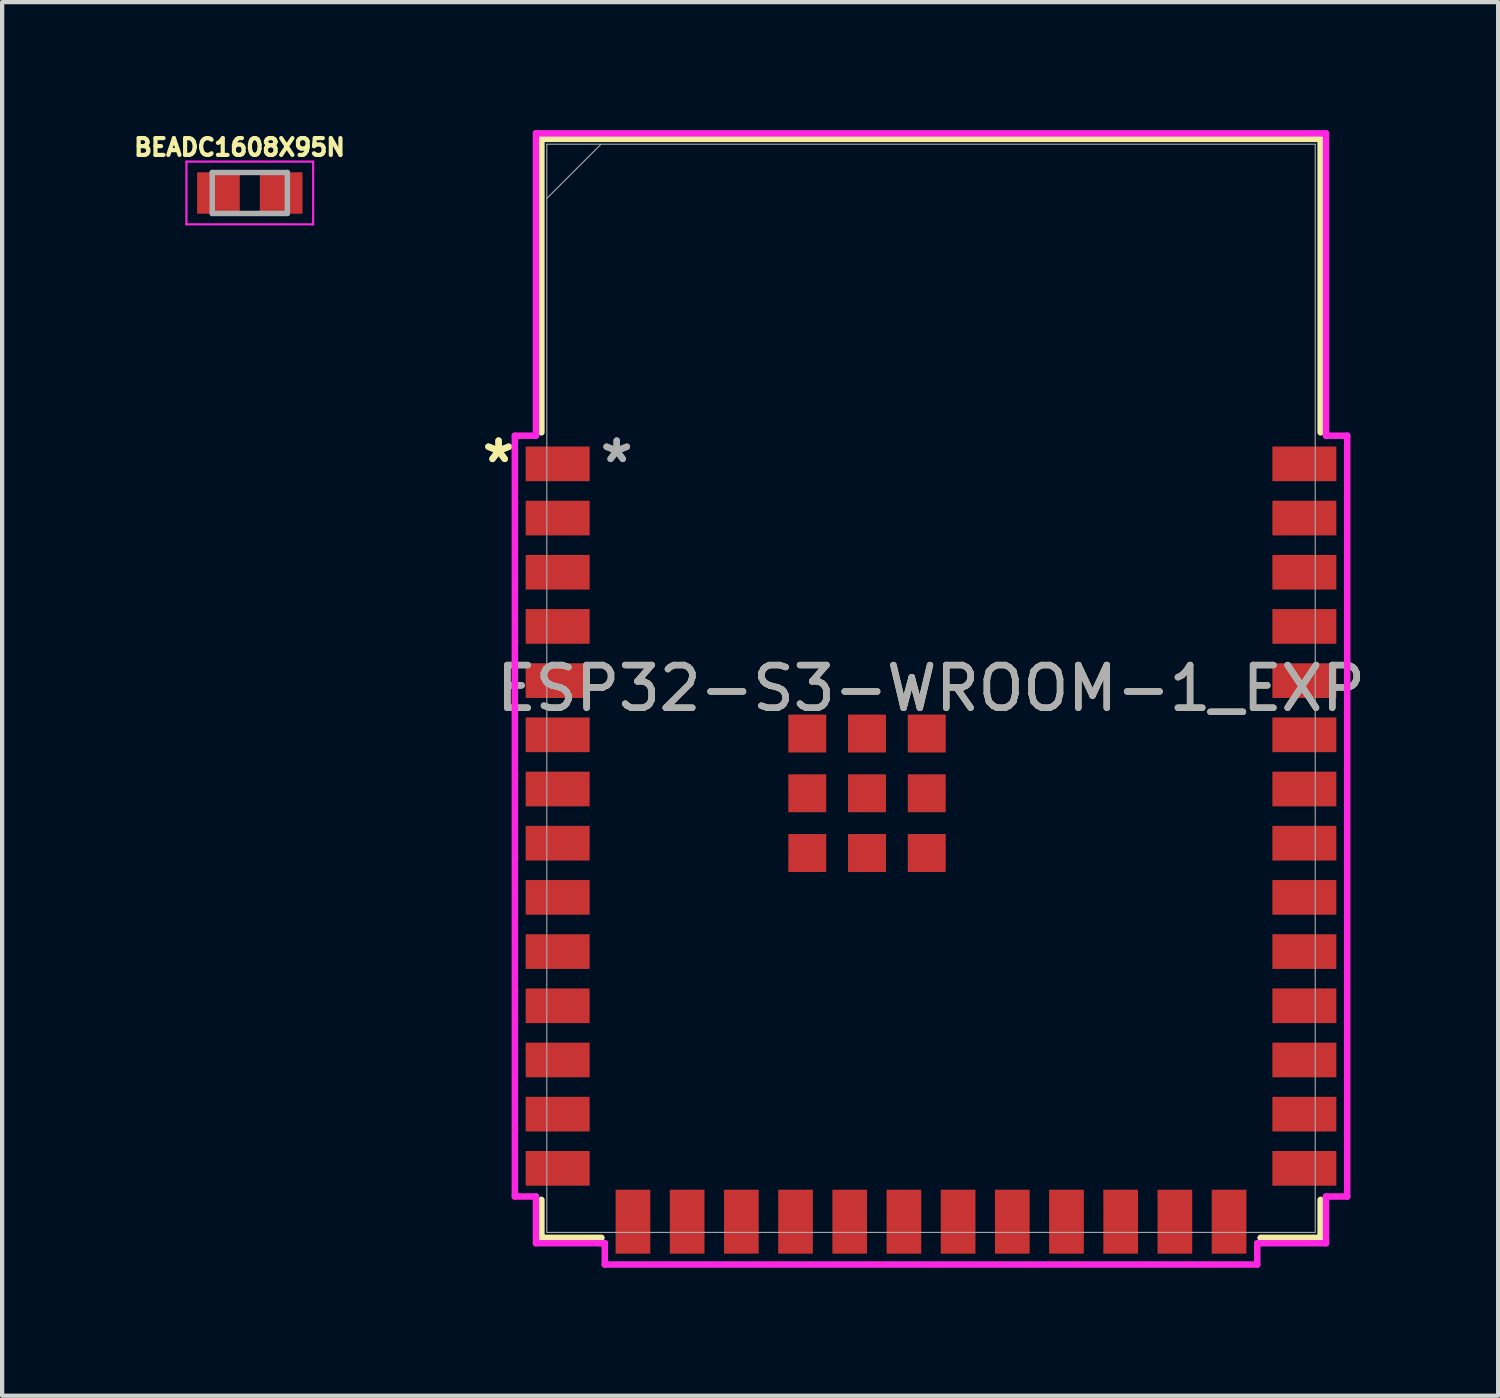
<source format=kicad_pcb>
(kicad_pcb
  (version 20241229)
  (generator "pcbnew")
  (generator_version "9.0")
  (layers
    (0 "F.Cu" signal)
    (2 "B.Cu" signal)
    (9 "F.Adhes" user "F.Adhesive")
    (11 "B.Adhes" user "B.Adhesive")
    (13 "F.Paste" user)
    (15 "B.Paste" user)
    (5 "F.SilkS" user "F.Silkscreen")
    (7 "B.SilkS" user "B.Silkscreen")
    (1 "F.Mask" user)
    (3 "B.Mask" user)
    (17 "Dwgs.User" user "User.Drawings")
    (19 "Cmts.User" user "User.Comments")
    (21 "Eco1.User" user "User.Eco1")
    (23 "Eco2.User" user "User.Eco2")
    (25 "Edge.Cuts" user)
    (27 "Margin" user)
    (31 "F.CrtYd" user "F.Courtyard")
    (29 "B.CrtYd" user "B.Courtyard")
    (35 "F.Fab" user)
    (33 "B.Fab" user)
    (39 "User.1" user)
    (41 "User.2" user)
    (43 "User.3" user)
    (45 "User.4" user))
  (footprint "BEADC1608X95N"
    (layer "F.Cu")
    (at 2.804 1.473)
    (property "Reference" "BEADC1608X95N" (at -0.24 -1.07 0) (layer "F.SilkS") (effects (font (size 0.394 0.394) (thickness 0.098))))
    (attr smd)
    (fp_line (start -1.485 -0.735) (end 1.485 -0.735) (stroke (width 0.05) (type solid)) (layer "F.CrtYd"))
    (fp_line (start -1.485 0.735) (end -1.485 -0.735) (stroke (width 0.05) (type solid)) (layer "F.CrtYd"))
    (fp_line (start -1.485 0.735) (end 1.485 0.735) (stroke (width 0.05) (type solid)) (layer "F.CrtYd"))
    (fp_line (start 1.485 0.735) (end 1.485 -0.735) (stroke (width 0.05) (type solid)) (layer "F.CrtYd"))
    (fp_line (start -0.88 0.48) (end -0.88 -0.48) (stroke (width 0.127) (type solid)) (layer "F.Fab"))
    (fp_line (start 0.88 -0.48) (end -0.88 -0.48) (stroke (width 0.127) (type solid)) (layer "F.Fab"))
    (fp_line (start 0.88 0.48) (end -0.88 0.48) (stroke (width 0.127) (type solid)) (layer "F.Fab"))
    (fp_line (start 0.88 0.48) (end 0.88 -0.48) (stroke (width 0.127) (type solid)) (layer "F.Fab"))
    (pad "1" smd rect (at -0.735 0) (size 1 0.97) (layers "F.Cu" "F.Mask" "F.Paste"))
    (pad "2" smd rect (at 0.735 0) (size 1 0.97) (layers "F.Cu" "F.Mask" "F.Paste")))
  (footprint "ESP32-S3-WROOM-1_EXP"
    (layer "F.Cu")
    (at 18.769 13.081)
    (property "Reference" "ESP32-S3-WROOM-1_EXP" (at 0 0 0) (unlocked yes) (layer "F.SilkS") (effects (font (size 1 1) (thickness 0.15))))
    (attr smd)
    (fp_line (start -9.131 -12.878) (end -9.131 -5.999) (stroke (width 0.152) (type solid)) (layer "F.SilkS"))
    (fp_line (start -9.131 11.989) (end -9.131 12.878) (stroke (width 0.152) (type solid)) (layer "F.SilkS"))
    (fp_line (start -9.131 12.878) (end -7.724 12.878) (stroke (width 0.152) (type solid)) (layer "F.SilkS"))
    (fp_line (start 7.724 12.878) (end 9.131 12.878) (stroke (width 0.152) (type solid)) (layer "F.SilkS"))
    (fp_line (start 9.131 -12.878) (end -9.131 -12.878) (stroke (width 0.152) (type solid)) (layer "F.SilkS"))
    (fp_line (start 9.131 -5.999) (end 9.131 -12.878) (stroke (width 0.152) (type solid)) (layer "F.SilkS"))
    (fp_line (start 9.131 12.878) (end 9.131 11.989) (stroke (width 0.152) (type solid)) (layer "F.SilkS"))
    (fp_line (start -9.753 -5.92) (end -9.753 11.91) (stroke (width 0.152) (type solid)) (layer "F.CrtYd"))
    (fp_line (start -9.753 11.91) (end -9.258 11.91) (stroke (width 0.152) (type solid)) (layer "F.CrtYd"))
    (fp_line (start -9.258 -13.005) (end -9.258 -5.92) (stroke (width 0.152) (type solid)) (layer "F.CrtYd"))
    (fp_line (start -9.258 -5.92) (end -9.753 -5.92) (stroke (width 0.152) (type solid)) (layer "F.CrtYd"))
    (fp_line (start -9.258 11.91) (end -9.258 13.005) (stroke (width 0.152) (type solid)) (layer "F.CrtYd"))
    (fp_line (start -9.258 13.005) (end -7.645 13.005) (stroke (width 0.152) (type solid)) (layer "F.CrtYd"))
    (fp_line (start -7.645 13.005) (end -7.645 13.503) (stroke (width 0.152) (type solid)) (layer "F.CrtYd"))
    (fp_line (start -7.645 13.503) (end 7.645 13.503) (stroke (width 0.152) (type solid)) (layer "F.CrtYd"))
    (fp_line (start 7.645 13.005) (end 9.258 13.005) (stroke (width 0.152) (type solid)) (layer "F.CrtYd"))
    (fp_line (start 7.645 13.503) (end 7.645 13.005) (stroke (width 0.152) (type solid)) (layer "F.CrtYd"))
    (fp_line (start 9.258 -13.005) (end -9.258 -13.005) (stroke (width 0.152) (type solid)) (layer "F.CrtYd"))
    (fp_line (start 9.258 -5.92) (end 9.258 -13.005) (stroke (width 0.152) (type solid)) (layer "F.CrtYd"))
    (fp_line (start 9.258 11.91) (end 9.753 11.91) (stroke (width 0.152) (type solid)) (layer "F.CrtYd"))
    (fp_line (start 9.258 13.005) (end 9.258 11.91) (stroke (width 0.152) (type solid)) (layer "F.CrtYd"))
    (fp_line (start 9.753 -5.92) (end 9.258 -5.92) (stroke (width 0.152) (type solid)) (layer "F.CrtYd"))
    (fp_line (start 9.753 11.91) (end 9.753 -5.92) (stroke (width 0.152) (type solid)) (layer "F.CrtYd"))
    (fp_line (start -9.004 -12.751) (end -9.004 12.751) (stroke (width 0.025) (type solid)) (layer "F.Fab"))
    (fp_line (start -9.004 -11.481) (end -7.734 -12.751) (stroke (width 0.025) (type solid)) (layer "F.Fab"))
    (fp_line (start -9.004 12.751) (end 9.004 12.751) (stroke (width 0.025) (type solid)) (layer "F.Fab"))
    (fp_line (start 9.004 -12.751) (end -9.004 -12.751) (stroke (width 0.025) (type solid)) (layer "F.Fab"))
    (fp_line (start 9.004 12.751) (end 9.004 -12.751) (stroke (width 0.025) (type solid)) (layer "F.Fab"))
    (fp_text user "*" (at -10.134 -5.26 0) (layer "F.SilkS") (effects (font (size 1 1) (thickness 0.15))))
    (fp_text user "*" (at -10.134 -5.26 0) (unlocked yes) (layer "F.SilkS") (effects (font (size 1 1) (thickness 0.15))))
    (fp_text user "${REFERENCE}" (at 0 0 0) (unlocked yes) (layer "F.Fab") (effects (font (size 1 1) (thickness 0.15))))
    (fp_text user "*" (at -7.366 -5.26 0) (layer "F.Fab") (effects (font (size 1 1) (thickness 0.15))))
    (fp_text user "*" (at -7.366 -5.26 0) (unlocked yes) (layer "F.Fab") (effects (font (size 1 1) (thickness 0.15))))
    (pad "1" smd rect (at -8.75 -5.26) (size 1.499 0.813) (layers "F.Cu" "F.Mask" "F.Paste"))
    (pad "2" smd rect (at -8.75 -3.99) (size 1.499 0.813) (layers "F.Cu" "F.Mask" "F.Paste"))
    (pad "3" smd rect (at -8.75 -2.72) (size 1.499 0.813) (layers "F.Cu" "F.Mask" "F.Paste"))
    (pad "4" smd rect (at -8.75 -1.45) (size 1.499 0.813) (layers "F.Cu" "F.Mask" "F.Paste"))
    (pad "5" smd rect (at -8.75 -0.18) (size 1.499 0.813) (layers "F.Cu" "F.Mask" "F.Paste"))
    (pad "6" smd rect (at -8.75 1.09) (size 1.499 0.813) (layers "F.Cu" "F.Mask" "F.Paste"))
    (pad "7" smd rect (at -8.75 2.36) (size 1.499 0.813) (layers "F.Cu" "F.Mask" "F.Paste"))
    (pad "8" smd rect (at -8.75 3.63) (size 1.499 0.813) (layers "F.Cu" "F.Mask" "F.Paste"))
    (pad "9" smd rect (at -8.75 4.9) (size 1.499 0.813) (layers "F.Cu" "F.Mask" "F.Paste"))
    (pad "10" smd rect (at -8.75 6.17) (size 1.499 0.813) (layers "F.Cu" "F.Mask" "F.Paste"))
    (pad "11" smd rect (at -8.75 7.44) (size 1.499 0.813) (layers "F.Cu" "F.Mask" "F.Paste"))
    (pad "12" smd rect (at -8.75 8.71) (size 1.499 0.813) (layers "F.Cu" "F.Mask" "F.Paste"))
    (pad "13" smd rect (at -8.75 9.98) (size 1.499 0.813) (layers "F.Cu" "F.Mask" "F.Paste"))
    (pad "14" smd rect (at -8.75 11.25) (size 1.499 0.813) (layers "F.Cu" "F.Mask" "F.Paste"))
    (pad "15" smd rect (at -6.985 12.5 90) (size 1.499 0.813) (layers "F.Cu" "F.Mask" "F.Paste"))
    (pad "16" smd rect (at -5.715 12.5 90) (size 1.499 0.813) (layers "F.Cu" "F.Mask" "F.Paste"))
    (pad "17" smd rect (at -4.445 12.5 90) (size 1.499 0.813) (layers "F.Cu" "F.Mask" "F.Paste"))
    (pad "18" smd rect (at -3.175 12.5 90) (size 1.499 0.813) (layers "F.Cu" "F.Mask" "F.Paste"))
    (pad "19" smd rect (at -1.905 12.5 90) (size 1.499 0.813) (layers "F.Cu" "F.Mask" "F.Paste"))
    (pad "20" smd rect (at -0.635 12.5 90) (size 1.499 0.813) (layers "F.Cu" "F.Mask" "F.Paste"))
    (pad "21" smd rect (at 0.635 12.5 90) (size 1.499 0.813) (layers "F.Cu" "F.Mask" "F.Paste"))
    (pad "22" smd rect (at 1.905 12.5 90) (size 1.499 0.813) (layers "F.Cu" "F.Mask" "F.Paste"))
    (pad "23" smd rect (at 3.175 12.5 90) (size 1.499 0.813) (layers "F.Cu" "F.Mask" "F.Paste"))
    (pad "24" smd rect (at 4.445 12.5 90) (size 1.499 0.813) (layers "F.Cu" "F.Mask" "F.Paste"))
    (pad "25" smd rect (at 5.715 12.5 90) (size 1.499 0.813) (layers "F.Cu" "F.Mask" "F.Paste"))
    (pad "26" smd rect (at 6.985 12.5 90) (size 1.499 0.813) (layers "F.Cu" "F.Mask" "F.Paste"))
    (pad "27" smd rect (at 8.75 11.25) (size 1.499 0.813) (layers "F.Cu" "F.Mask" "F.Paste"))
    (pad "28" smd rect (at 8.75 9.98) (size 1.499 0.813) (layers "F.Cu" "F.Mask" "F.Paste"))
    (pad "29" smd rect (at 8.75 8.71) (size 1.499 0.813) (layers "F.Cu" "F.Mask" "F.Paste"))
    (pad "30" smd rect (at 8.75 7.44) (size 1.499 0.813) (layers "F.Cu" "F.Mask" "F.Paste"))
    (pad "31" smd rect (at 8.75 6.17) (size 1.499 0.813) (layers "F.Cu" "F.Mask" "F.Paste"))
    (pad "32" smd rect (at 8.75 4.9) (size 1.499 0.813) (layers "F.Cu" "F.Mask" "F.Paste"))
    (pad "33" smd rect (at 8.75 3.63) (size 1.499 0.813) (layers "F.Cu" "F.Mask" "F.Paste"))
    (pad "34" smd rect (at 8.75 2.36) (size 1.499 0.813) (layers "F.Cu" "F.Mask" "F.Paste"))
    (pad "35" smd rect (at 8.75 1.09) (size 1.499 0.813) (layers "F.Cu" "F.Mask" "F.Paste"))
    (pad "36" smd rect (at 8.75 -0.18) (size 1.499 0.813) (layers "F.Cu" "F.Mask" "F.Paste"))
    (pad "37" smd rect (at 8.75 -1.45) (size 1.499 0.813) (layers "F.Cu" "F.Mask" "F.Paste"))
    (pad "38" smd rect (at 8.75 -2.72) (size 1.499 0.813) (layers "F.Cu" "F.Mask" "F.Paste"))
    (pad "39" smd rect (at 8.75 -3.99) (size 1.499 0.813) (layers "F.Cu" "F.Mask" "F.Paste"))
    (pad "40" smd rect (at 8.75 -5.26) (size 1.499 0.813) (layers "F.Cu" "F.Mask" "F.Paste"))
    (pad "41" smd rect (at -1.5 2.46) (size 0.889 0.889) (layers "F.Cu" "F.Mask" "F.Paste"))
    (pad "42" smd rect (at -2.9 1.06) (size 0.889 0.889) (layers "F.Cu" "F.Mask" "F.Paste"))
    (pad "43" smd rect (at -2.9 2.46) (size 0.889 0.889) (layers "F.Cu" "F.Mask" "F.Paste"))
    (pad "44" smd rect (at -2.9 3.86) (size 0.889 0.889) (layers "F.Cu" "F.Mask" "F.Paste"))
    (pad "45" smd rect (at -1.5 3.86) (size 0.889 0.889) (layers "F.Cu" "F.Mask" "F.Paste"))
    (pad "46" smd rect (at -0.1 3.86) (size 0.889 0.889) (layers "F.Cu" "F.Mask" "F.Paste"))
    (pad "47" smd rect (at -0.1 2.46) (size 0.889 0.889) (layers "F.Cu" "F.Mask" "F.Paste"))
    (pad "48" smd rect (at -0.1 1.06) (size 0.889 0.889) (layers "F.Cu" "F.Mask" "F.Paste"))
    (pad "49" smd rect (at -1.5 1.06) (size 0.889 0.889) (layers "F.Cu" "F.Mask" "F.Paste"))
    (zone (net_name "") (layer "F.Cu") (hatch full 0.508) (connect_pads) (min_thickness 0.254) (filled_areas_thickness no) (keepout (tracks not_allowed) (vias not_allowed) (pads allowed) (copperpour not_allowed) (footprints allowed)) (placement (enabled no)) (fill) (polygon (pts (xy 9.764 0.33) (xy 9.764 6.325) (xy 27.773 6.325) (xy 27.773 0.33)))))
  (gr_rect
    (start -3 -3)
    (end 32.06 29.66)
    (stroke (width 0.1) (type default))
    (fill no)
    (layer "Edge.Cuts")))
</source>
